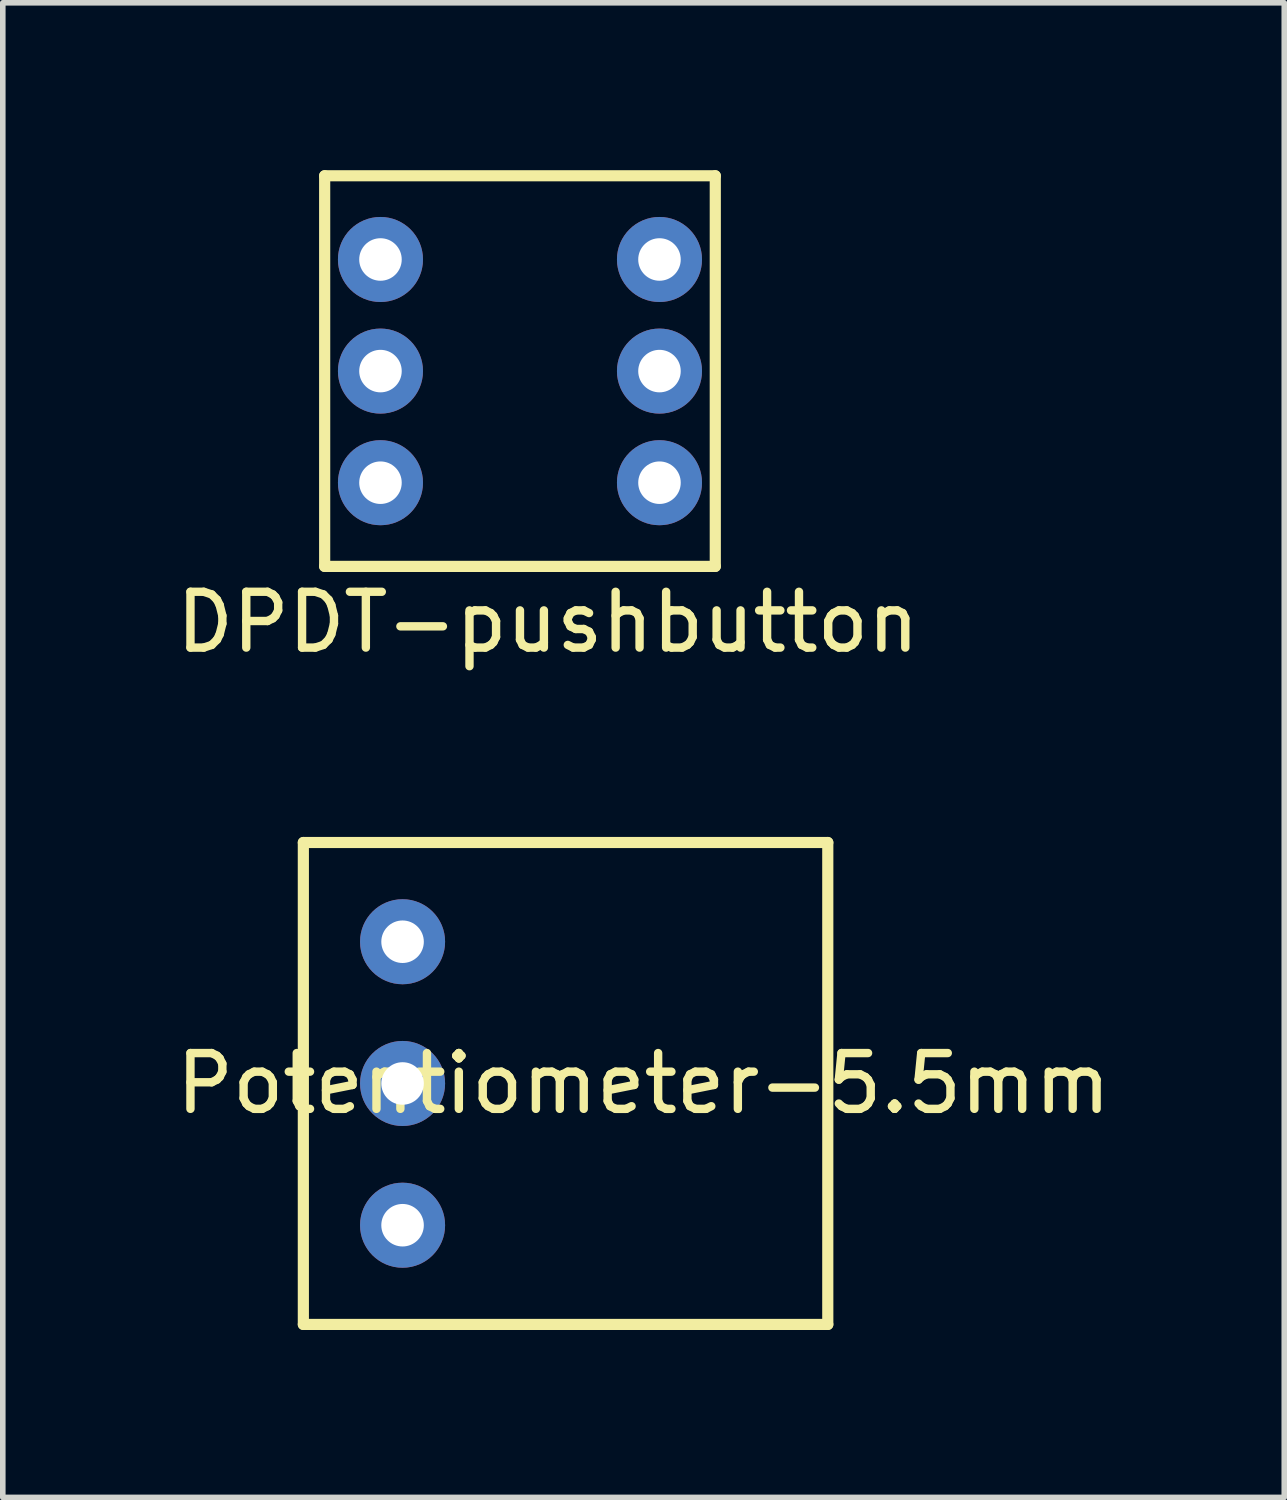
<source format=kicad_pcb>
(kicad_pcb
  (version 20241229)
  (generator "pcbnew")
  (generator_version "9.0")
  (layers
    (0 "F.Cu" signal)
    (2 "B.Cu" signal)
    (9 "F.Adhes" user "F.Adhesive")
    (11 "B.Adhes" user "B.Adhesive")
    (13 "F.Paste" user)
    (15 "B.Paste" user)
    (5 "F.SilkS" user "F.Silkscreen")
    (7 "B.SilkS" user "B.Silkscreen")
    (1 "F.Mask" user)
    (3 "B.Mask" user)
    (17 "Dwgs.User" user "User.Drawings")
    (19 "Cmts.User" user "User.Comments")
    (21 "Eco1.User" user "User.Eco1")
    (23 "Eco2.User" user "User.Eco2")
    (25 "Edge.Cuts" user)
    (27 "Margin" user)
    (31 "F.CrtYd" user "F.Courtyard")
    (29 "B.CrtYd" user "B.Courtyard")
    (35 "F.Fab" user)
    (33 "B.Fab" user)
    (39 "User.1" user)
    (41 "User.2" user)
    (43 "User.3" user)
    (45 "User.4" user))
  (footprint "Potentiometer-5.5mm"
    (layer "F.Cu")
    (at 4.164 18.906)
    (property "Reference" "Potentiometer-5.5mm" (at 4.318 -2.54 0) (layer "F.SilkS") (effects (font (size 1 1) (thickness 0.15))))
    (attr through_hole)
    (fp_line (start -1.778 -6.858) (end 7.62 -6.858) (stroke (width 0.2) (type solid)) (layer "F.SilkS"))
    (fp_line (start -1.778 1.778) (end -1.778 -6.858) (stroke (width 0.2) (type solid)) (layer "F.SilkS"))
    (fp_line (start 7.62 -6.858) (end 7.62 1.778) (stroke (width 0.2) (type solid)) (layer "F.SilkS"))
    (fp_line (start 7.62 1.778) (end -1.778 1.778) (stroke (width 0.2) (type solid)) (layer "F.SilkS"))
    (pad "1" thru_hole circle (at 0 0) (size 1.524 1.524) (drill 0.762) (layers "*.Cu" "*.Mask"))
    (pad "2" thru_hole circle (at 0 -2.54) (size 1.524 1.524) (drill 0.762) (layers "*.Cu" "*.Mask"))
    (pad "3" thru_hole circle (at 0 -5.08) (size 1.524 1.524) (drill 0.762) (layers "*.Cu" "*.Mask")))
  (footprint "DPDT-pushbutton"
    (layer "F.Cu")
    (at 3.768 3.6)
    (property "Reference" "DPDT-pushbutton" (at 3 4.5 0) (layer "F.SilkS") (effects (font (size 1 1) (thickness 0.15))))
    (attr through_hole)
    (fp_line (start -1 -3.5) (end -1 3.5) (stroke (width 0.2) (type solid)) (layer "F.SilkS"))
    (fp_line (start -1 3.5) (end 6 3.5) (stroke (width 0.2) (type solid)) (layer "F.SilkS"))
    (fp_line (start 6 -3.5) (end -1 -3.5) (stroke (width 0.2) (type solid)) (layer "F.SilkS"))
    (fp_line (start 6 3.5) (end 6 -3.5) (stroke (width 0.2) (type solid)) (layer "F.SilkS"))
    (pad "1" thru_hole circle (at 0 -2) (size 1.524 1.524) (drill 0.762) (layers "*.Cu" "*.Mask"))
    (pad "2" thru_hole circle (at 0 0) (size 1.524 1.524) (drill 0.762) (layers "*.Cu" "*.Mask"))
    (pad "3" thru_hole circle (at 0 2) (size 1.524 1.524) (drill 0.762) (layers "*.Cu" "*.Mask"))
    (pad "4" thru_hole circle (at 5 -2) (size 1.524 1.524) (drill 0.762) (layers "*.Cu" "*.Mask"))
    (pad "5" thru_hole circle (at 5 0) (size 1.524 1.524) (drill 0.762) (layers "*.Cu" "*.Mask"))
    (pad "6" thru_hole circle (at 5 2) (size 1.524 1.524) (drill 0.762) (layers "*.Cu" "*.Mask")))
  (gr_rect
    (start -3 -3)
    (end 19.964 23.784)
    (stroke (width 0.1) (type default))
    (fill no)
    (layer "Edge.Cuts")))
</source>
